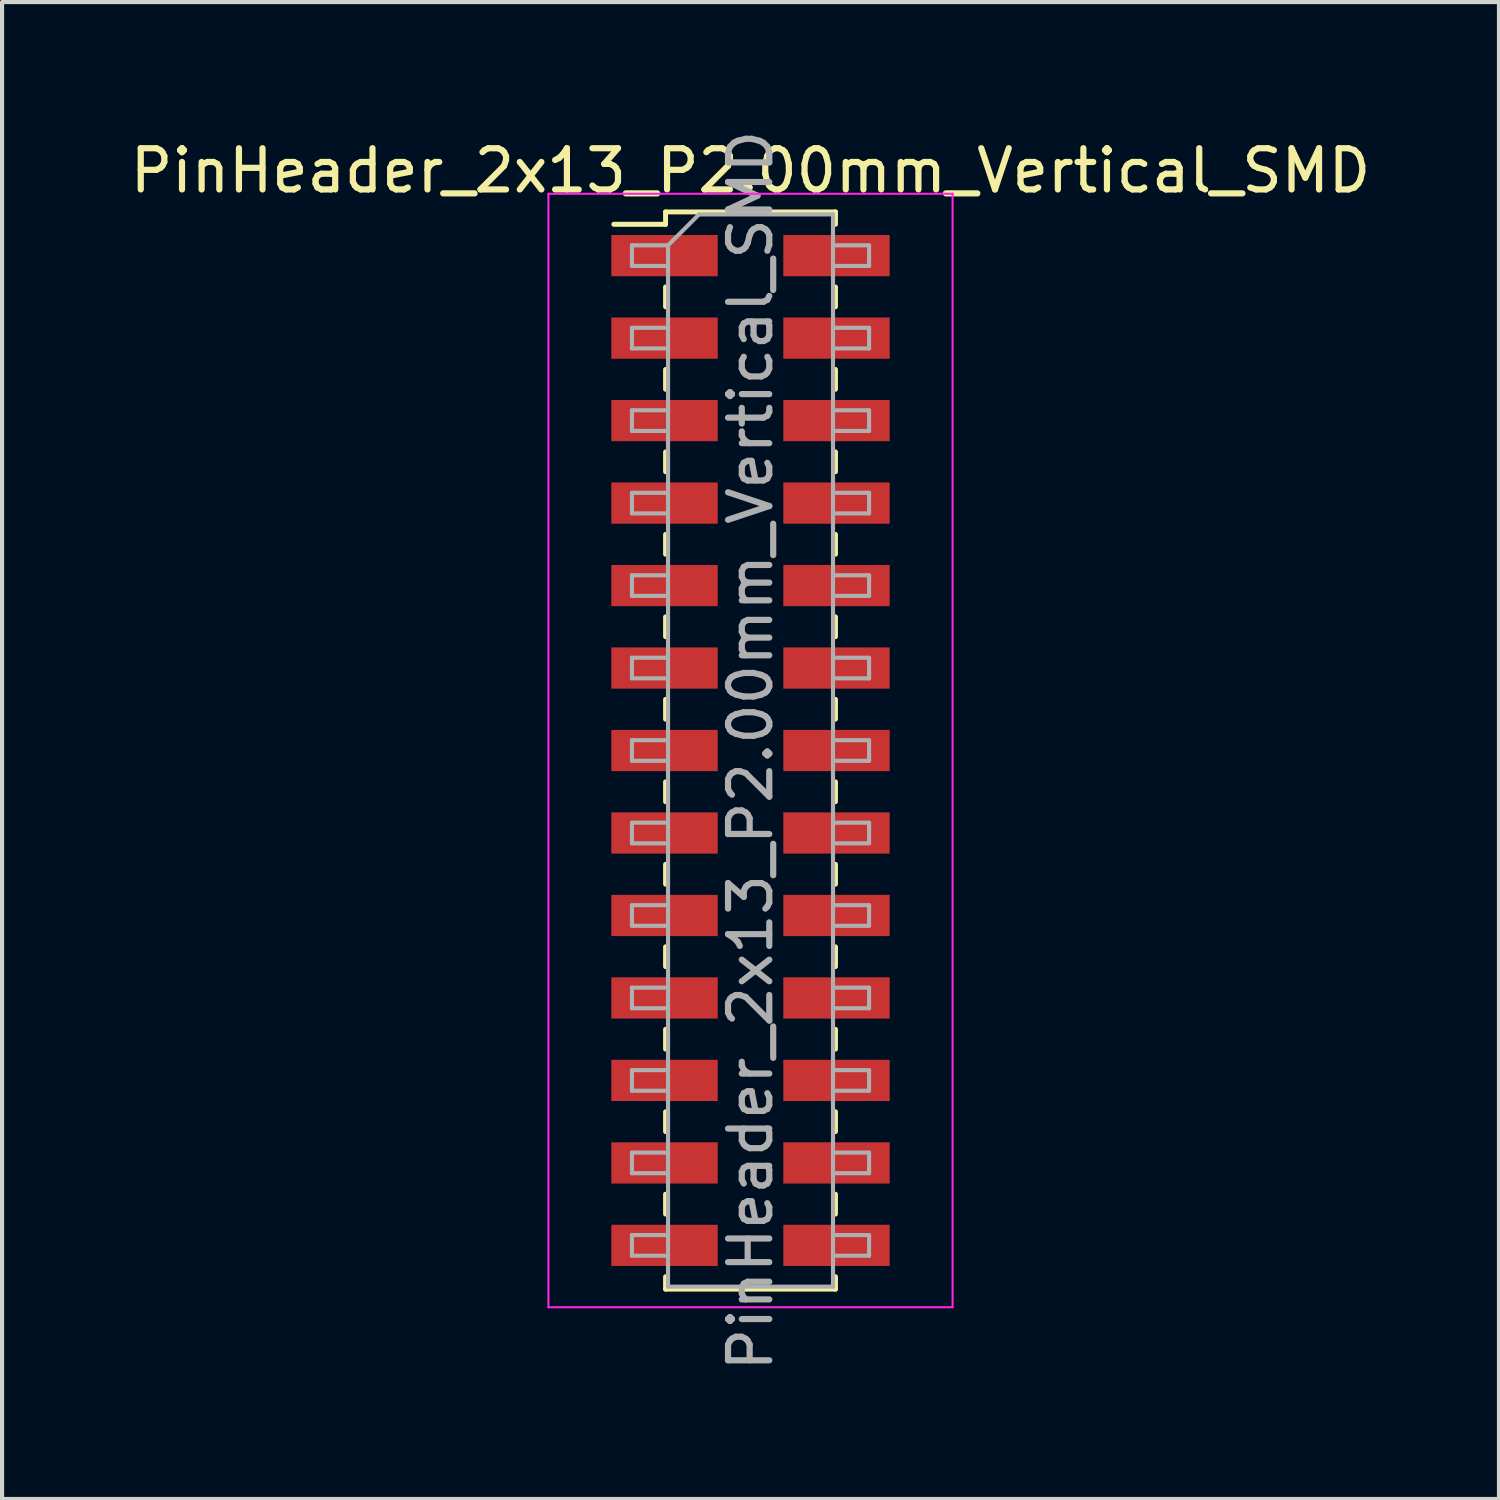
<source format=kicad_pcb>
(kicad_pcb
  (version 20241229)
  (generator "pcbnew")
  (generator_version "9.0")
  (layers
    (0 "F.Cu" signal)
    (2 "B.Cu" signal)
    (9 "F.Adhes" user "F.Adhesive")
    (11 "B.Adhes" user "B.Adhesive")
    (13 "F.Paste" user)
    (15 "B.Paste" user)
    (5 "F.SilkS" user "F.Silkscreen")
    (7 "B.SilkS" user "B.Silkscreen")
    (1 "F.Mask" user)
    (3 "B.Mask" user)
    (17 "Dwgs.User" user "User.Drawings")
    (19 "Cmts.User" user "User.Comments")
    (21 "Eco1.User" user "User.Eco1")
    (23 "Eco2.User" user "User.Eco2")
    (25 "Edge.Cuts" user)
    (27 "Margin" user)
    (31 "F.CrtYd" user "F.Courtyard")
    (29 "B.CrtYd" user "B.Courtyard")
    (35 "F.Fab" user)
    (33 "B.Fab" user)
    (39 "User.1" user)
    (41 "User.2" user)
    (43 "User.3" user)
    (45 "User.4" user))
  (footprint "PinHeader_2x13_P2.00mm_Vertical_SMD"
    (layer "F.Cu")
    (at 15.149 15.149)
    (property "Reference" "PinHeader_2x13_P2.00mm_Vertical_SMD" (at 0 -14.06 0) (layer "F.SilkS") (effects (font (size 1 1) (thickness 0.15))))
    (attr smd)
    (fp_line (start -3.315 -12.76) (end -2.06 -12.76) (stroke (width 0.12) (type solid)) (layer "F.SilkS"))
    (fp_line (start -2.06 -13.06) (end -2.06 -12.76) (stroke (width 0.12) (type solid)) (layer "F.SilkS"))
    (fp_line (start -2.06 -13.06) (end 2.06 -13.06) (stroke (width 0.12) (type solid)) (layer "F.SilkS"))
    (fp_line (start -2.06 -11.24) (end -2.06 -10.76) (stroke (width 0.12) (type solid)) (layer "F.SilkS"))
    (fp_line (start -2.06 -9.24) (end -2.06 -8.76) (stroke (width 0.12) (type solid)) (layer "F.SilkS"))
    (fp_line (start -2.06 -7.24) (end -2.06 -6.76) (stroke (width 0.12) (type solid)) (layer "F.SilkS"))
    (fp_line (start -2.06 -5.24) (end -2.06 -4.76) (stroke (width 0.12) (type solid)) (layer "F.SilkS"))
    (fp_line (start -2.06 -3.24) (end -2.06 -2.76) (stroke (width 0.12) (type solid)) (layer "F.SilkS"))
    (fp_line (start -2.06 -1.24) (end -2.06 -0.76) (stroke (width 0.12) (type solid)) (layer "F.SilkS"))
    (fp_line (start -2.06 0.76) (end -2.06 1.24) (stroke (width 0.12) (type solid)) (layer "F.SilkS"))
    (fp_line (start -2.06 2.76) (end -2.06 3.24) (stroke (width 0.12) (type solid)) (layer "F.SilkS"))
    (fp_line (start -2.06 4.76) (end -2.06 5.24) (stroke (width 0.12) (type solid)) (layer "F.SilkS"))
    (fp_line (start -2.06 6.76) (end -2.06 7.24) (stroke (width 0.12) (type solid)) (layer "F.SilkS"))
    (fp_line (start -2.06 8.76) (end -2.06 9.24) (stroke (width 0.12) (type solid)) (layer "F.SilkS"))
    (fp_line (start -2.06 10.76) (end -2.06 11.24) (stroke (width 0.12) (type solid)) (layer "F.SilkS"))
    (fp_line (start -2.06 12.76) (end -2.06 13.06) (stroke (width 0.12) (type solid)) (layer "F.SilkS"))
    (fp_line (start -2.06 13.06) (end 2.06 13.06) (stroke (width 0.12) (type solid)) (layer "F.SilkS"))
    (fp_line (start 2.06 -13.06) (end 2.06 -12.76) (stroke (width 0.12) (type solid)) (layer "F.SilkS"))
    (fp_line (start 2.06 -11.24) (end 2.06 -10.76) (stroke (width 0.12) (type solid)) (layer "F.SilkS"))
    (fp_line (start 2.06 -9.24) (end 2.06 -8.76) (stroke (width 0.12) (type solid)) (layer "F.SilkS"))
    (fp_line (start 2.06 -7.24) (end 2.06 -6.76) (stroke (width 0.12) (type solid)) (layer "F.SilkS"))
    (fp_line (start 2.06 -5.24) (end 2.06 -4.76) (stroke (width 0.12) (type solid)) (layer "F.SilkS"))
    (fp_line (start 2.06 -3.24) (end 2.06 -2.76) (stroke (width 0.12) (type solid)) (layer "F.SilkS"))
    (fp_line (start 2.06 -1.24) (end 2.06 -0.76) (stroke (width 0.12) (type solid)) (layer "F.SilkS"))
    (fp_line (start 2.06 0.76) (end 2.06 1.24) (stroke (width 0.12) (type solid)) (layer "F.SilkS"))
    (fp_line (start 2.06 2.76) (end 2.06 3.24) (stroke (width 0.12) (type solid)) (layer "F.SilkS"))
    (fp_line (start 2.06 4.76) (end 2.06 5.24) (stroke (width 0.12) (type solid)) (layer "F.SilkS"))
    (fp_line (start 2.06 6.76) (end 2.06 7.24) (stroke (width 0.12) (type solid)) (layer "F.SilkS"))
    (fp_line (start 2.06 8.76) (end 2.06 9.24) (stroke (width 0.12) (type solid)) (layer "F.SilkS"))
    (fp_line (start 2.06 10.76) (end 2.06 11.24) (stroke (width 0.12) (type solid)) (layer "F.SilkS"))
    (fp_line (start 2.06 12.76) (end 2.06 13.06) (stroke (width 0.12) (type solid)) (layer "F.SilkS"))
    (fp_line (start -4.9 -13.5) (end -4.9 13.5) (stroke (width 0.05) (type solid)) (layer "F.CrtYd"))
    (fp_line (start -4.9 13.5) (end 4.9 13.5) (stroke (width 0.05) (type solid)) (layer "F.CrtYd"))
    (fp_line (start 4.9 -13.5) (end -4.9 -13.5) (stroke (width 0.05) (type solid)) (layer "F.CrtYd"))
    (fp_line (start 4.9 13.5) (end 4.9 -13.5) (stroke (width 0.05) (type solid)) (layer "F.CrtYd"))
    (fp_line (start -2.875 -12.25) (end -2.875 -11.75) (stroke (width 0.1) (type solid)) (layer "F.Fab"))
    (fp_line (start -2.875 -11.75) (end -2 -11.75) (stroke (width 0.1) (type solid)) (layer "F.Fab"))
    (fp_line (start -2.875 -10.25) (end -2.875 -9.75) (stroke (width 0.1) (type solid)) (layer "F.Fab"))
    (fp_line (start -2.875 -9.75) (end -2 -9.75) (stroke (width 0.1) (type solid)) (layer "F.Fab"))
    (fp_line (start -2.875 -8.25) (end -2.875 -7.75) (stroke (width 0.1) (type solid)) (layer "F.Fab"))
    (fp_line (start -2.875 -7.75) (end -2 -7.75) (stroke (width 0.1) (type solid)) (layer "F.Fab"))
    (fp_line (start -2.875 -6.25) (end -2.875 -5.75) (stroke (width 0.1) (type solid)) (layer "F.Fab"))
    (fp_line (start -2.875 -5.75) (end -2 -5.75) (stroke (width 0.1) (type solid)) (layer "F.Fab"))
    (fp_line (start -2.875 -4.25) (end -2.875 -3.75) (stroke (width 0.1) (type solid)) (layer "F.Fab"))
    (fp_line (start -2.875 -3.75) (end -2 -3.75) (stroke (width 0.1) (type solid)) (layer "F.Fab"))
    (fp_line (start -2.875 -2.25) (end -2.875 -1.75) (stroke (width 0.1) (type solid)) (layer "F.Fab"))
    (fp_line (start -2.875 -1.75) (end -2 -1.75) (stroke (width 0.1) (type solid)) (layer "F.Fab"))
    (fp_line (start -2.875 -0.25) (end -2.875 0.25) (stroke (width 0.1) (type solid)) (layer "F.Fab"))
    (fp_line (start -2.875 0.25) (end -2 0.25) (stroke (width 0.1) (type solid)) (layer "F.Fab"))
    (fp_line (start -2.875 1.75) (end -2.875 2.25) (stroke (width 0.1) (type solid)) (layer "F.Fab"))
    (fp_line (start -2.875 2.25) (end -2 2.25) (stroke (width 0.1) (type solid)) (layer "F.Fab"))
    (fp_line (start -2.875 3.75) (end -2.875 4.25) (stroke (width 0.1) (type solid)) (layer "F.Fab"))
    (fp_line (start -2.875 4.25) (end -2 4.25) (stroke (width 0.1) (type solid)) (layer "F.Fab"))
    (fp_line (start -2.875 5.75) (end -2.875 6.25) (stroke (width 0.1) (type solid)) (layer "F.Fab"))
    (fp_line (start -2.875 6.25) (end -2 6.25) (stroke (width 0.1) (type solid)) (layer "F.Fab"))
    (fp_line (start -2.875 7.75) (end -2.875 8.25) (stroke (width 0.1) (type solid)) (layer "F.Fab"))
    (fp_line (start -2.875 8.25) (end -2 8.25) (stroke (width 0.1) (type solid)) (layer "F.Fab"))
    (fp_line (start -2.875 9.75) (end -2.875 10.25) (stroke (width 0.1) (type solid)) (layer "F.Fab"))
    (fp_line (start -2.875 10.25) (end -2 10.25) (stroke (width 0.1) (type solid)) (layer "F.Fab"))
    (fp_line (start -2.875 11.75) (end -2.875 12.25) (stroke (width 0.1) (type solid)) (layer "F.Fab"))
    (fp_line (start -2.875 12.25) (end -2 12.25) (stroke (width 0.1) (type solid)) (layer "F.Fab"))
    (fp_line (start -2 -12.25) (end -2.875 -12.25) (stroke (width 0.1) (type solid)) (layer "F.Fab"))
    (fp_line (start -2 -12.25) (end -1.25 -13) (stroke (width 0.1) (type solid)) (layer "F.Fab"))
    (fp_line (start -2 -10.25) (end -2.875 -10.25) (stroke (width 0.1) (type solid)) (layer "F.Fab"))
    (fp_line (start -2 -8.25) (end -2.875 -8.25) (stroke (width 0.1) (type solid)) (layer "F.Fab"))
    (fp_line (start -2 -6.25) (end -2.875 -6.25) (stroke (width 0.1) (type solid)) (layer "F.Fab"))
    (fp_line (start -2 -4.25) (end -2.875 -4.25) (stroke (width 0.1) (type solid)) (layer "F.Fab"))
    (fp_line (start -2 -2.25) (end -2.875 -2.25) (stroke (width 0.1) (type solid)) (layer "F.Fab"))
    (fp_line (start -2 -0.25) (end -2.875 -0.25) (stroke (width 0.1) (type solid)) (layer "F.Fab"))
    (fp_line (start -2 1.75) (end -2.875 1.75) (stroke (width 0.1) (type solid)) (layer "F.Fab"))
    (fp_line (start -2 3.75) (end -2.875 3.75) (stroke (width 0.1) (type solid)) (layer "F.Fab"))
    (fp_line (start -2 5.75) (end -2.875 5.75) (stroke (width 0.1) (type solid)) (layer "F.Fab"))
    (fp_line (start -2 7.75) (end -2.875 7.75) (stroke (width 0.1) (type solid)) (layer "F.Fab"))
    (fp_line (start -2 9.75) (end -2.875 9.75) (stroke (width 0.1) (type solid)) (layer "F.Fab"))
    (fp_line (start -2 11.75) (end -2.875 11.75) (stroke (width 0.1) (type solid)) (layer "F.Fab"))
    (fp_line (start -2 13) (end -2 -12.25) (stroke (width 0.1) (type solid)) (layer "F.Fab"))
    (fp_line (start -1.25 -13) (end 2 -13) (stroke (width 0.1) (type solid)) (layer "F.Fab"))
    (fp_line (start 2 -13) (end 2 13) (stroke (width 0.1) (type solid)) (layer "F.Fab"))
    (fp_line (start 2 -12.25) (end 2.875 -12.25) (stroke (width 0.1) (type solid)) (layer "F.Fab"))
    (fp_line (start 2 -10.25) (end 2.875 -10.25) (stroke (width 0.1) (type solid)) (layer "F.Fab"))
    (fp_line (start 2 -8.25) (end 2.875 -8.25) (stroke (width 0.1) (type solid)) (layer "F.Fab"))
    (fp_line (start 2 -6.25) (end 2.875 -6.25) (stroke (width 0.1) (type solid)) (layer "F.Fab"))
    (fp_line (start 2 -4.25) (end 2.875 -4.25) (stroke (width 0.1) (type solid)) (layer "F.Fab"))
    (fp_line (start 2 -2.25) (end 2.875 -2.25) (stroke (width 0.1) (type solid)) (layer "F.Fab"))
    (fp_line (start 2 -0.25) (end 2.875 -0.25) (stroke (width 0.1) (type solid)) (layer "F.Fab"))
    (fp_line (start 2 1.75) (end 2.875 1.75) (stroke (width 0.1) (type solid)) (layer "F.Fab"))
    (fp_line (start 2 3.75) (end 2.875 3.75) (stroke (width 0.1) (type solid)) (layer "F.Fab"))
    (fp_line (start 2 5.75) (end 2.875 5.75) (stroke (width 0.1) (type solid)) (layer "F.Fab"))
    (fp_line (start 2 7.75) (end 2.875 7.75) (stroke (width 0.1) (type solid)) (layer "F.Fab"))
    (fp_line (start 2 9.75) (end 2.875 9.75) (stroke (width 0.1) (type solid)) (layer "F.Fab"))
    (fp_line (start 2 11.75) (end 2.875 11.75) (stroke (width 0.1) (type solid)) (layer "F.Fab"))
    (fp_line (start 2 13) (end -2 13) (stroke (width 0.1) (type solid)) (layer "F.Fab"))
    (fp_line (start 2.875 -12.25) (end 2.875 -11.75) (stroke (width 0.1) (type solid)) (layer "F.Fab"))
    (fp_line (start 2.875 -11.75) (end 2 -11.75) (stroke (width 0.1) (type solid)) (layer "F.Fab"))
    (fp_line (start 2.875 -10.25) (end 2.875 -9.75) (stroke (width 0.1) (type solid)) (layer "F.Fab"))
    (fp_line (start 2.875 -9.75) (end 2 -9.75) (stroke (width 0.1) (type solid)) (layer "F.Fab"))
    (fp_line (start 2.875 -8.25) (end 2.875 -7.75) (stroke (width 0.1) (type solid)) (layer "F.Fab"))
    (fp_line (start 2.875 -7.75) (end 2 -7.75) (stroke (width 0.1) (type solid)) (layer "F.Fab"))
    (fp_line (start 2.875 -6.25) (end 2.875 -5.75) (stroke (width 0.1) (type solid)) (layer "F.Fab"))
    (fp_line (start 2.875 -5.75) (end 2 -5.75) (stroke (width 0.1) (type solid)) (layer "F.Fab"))
    (fp_line (start 2.875 -4.25) (end 2.875 -3.75) (stroke (width 0.1) (type solid)) (layer "F.Fab"))
    (fp_line (start 2.875 -3.75) (end 2 -3.75) (stroke (width 0.1) (type solid)) (layer "F.Fab"))
    (fp_line (start 2.875 -2.25) (end 2.875 -1.75) (stroke (width 0.1) (type solid)) (layer "F.Fab"))
    (fp_line (start 2.875 -1.75) (end 2 -1.75) (stroke (width 0.1) (type solid)) (layer "F.Fab"))
    (fp_line (start 2.875 -0.25) (end 2.875 0.25) (stroke (width 0.1) (type solid)) (layer "F.Fab"))
    (fp_line (start 2.875 0.25) (end 2 0.25) (stroke (width 0.1) (type solid)) (layer "F.Fab"))
    (fp_line (start 2.875 1.75) (end 2.875 2.25) (stroke (width 0.1) (type solid)) (layer "F.Fab"))
    (fp_line (start 2.875 2.25) (end 2 2.25) (stroke (width 0.1) (type solid)) (layer "F.Fab"))
    (fp_line (start 2.875 3.75) (end 2.875 4.25) (stroke (width 0.1) (type solid)) (layer "F.Fab"))
    (fp_line (start 2.875 4.25) (end 2 4.25) (stroke (width 0.1) (type solid)) (layer "F.Fab"))
    (fp_line (start 2.875 5.75) (end 2.875 6.25) (stroke (width 0.1) (type solid)) (layer "F.Fab"))
    (fp_line (start 2.875 6.25) (end 2 6.25) (stroke (width 0.1) (type solid)) (layer "F.Fab"))
    (fp_line (start 2.875 7.75) (end 2.875 8.25) (stroke (width 0.1) (type solid)) (layer "F.Fab"))
    (fp_line (start 2.875 8.25) (end 2 8.25) (stroke (width 0.1) (type solid)) (layer "F.Fab"))
    (fp_line (start 2.875 9.75) (end 2.875 10.25) (stroke (width 0.1) (type solid)) (layer "F.Fab"))
    (fp_line (start 2.875 10.25) (end 2 10.25) (stroke (width 0.1) (type solid)) (layer "F.Fab"))
    (fp_line (start 2.875 11.75) (end 2.875 12.25) (stroke (width 0.1) (type solid)) (layer "F.Fab"))
    (fp_line (start 2.875 12.25) (end 2 12.25) (stroke (width 0.1) (type solid)) (layer "F.Fab"))
    (fp_text user "${REFERENCE}" (at 0 0 90) (layer "F.Fab") (effects (font (size 1 1) (thickness 0.15))))
    (pad "1" smd rect (at -2.085 -12) (size 2.58 1) (layers "F.Cu" "F.Mask" "F.Paste"))
    (pad "2" smd rect (at 2.085 -12) (size 2.58 1) (layers "F.Cu" "F.Mask" "F.Paste"))
    (pad "3" smd rect (at -2.085 -10) (size 2.58 1) (layers "F.Cu" "F.Mask" "F.Paste"))
    (pad "4" smd rect (at 2.085 -10) (size 2.58 1) (layers "F.Cu" "F.Mask" "F.Paste"))
    (pad "5" smd rect (at -2.085 -8) (size 2.58 1) (layers "F.Cu" "F.Mask" "F.Paste"))
    (pad "6" smd rect (at 2.085 -8) (size 2.58 1) (layers "F.Cu" "F.Mask" "F.Paste"))
    (pad "7" smd rect (at -2.085 -6) (size 2.58 1) (layers "F.Cu" "F.Mask" "F.Paste"))
    (pad "8" smd rect (at 2.085 -6) (size 2.58 1) (layers "F.Cu" "F.Mask" "F.Paste"))
    (pad "9" smd rect (at -2.085 -4) (size 2.58 1) (layers "F.Cu" "F.Mask" "F.Paste"))
    (pad "10" smd rect (at 2.085 -4) (size 2.58 1) (layers "F.Cu" "F.Mask" "F.Paste"))
    (pad "11" smd rect (at -2.085 -2) (size 2.58 1) (layers "F.Cu" "F.Mask" "F.Paste"))
    (pad "12" smd rect (at 2.085 -2) (size 2.58 1) (layers "F.Cu" "F.Mask" "F.Paste"))
    (pad "13" smd rect (at -2.085 0) (size 2.58 1) (layers "F.Cu" "F.Mask" "F.Paste"))
    (pad "14" smd rect (at 2.085 0) (size 2.58 1) (layers "F.Cu" "F.Mask" "F.Paste"))
    (pad "15" smd rect (at -2.085 2) (size 2.58 1) (layers "F.Cu" "F.Mask" "F.Paste"))
    (pad "16" smd rect (at 2.085 2) (size 2.58 1) (layers "F.Cu" "F.Mask" "F.Paste"))
    (pad "17" smd rect (at -2.085 4) (size 2.58 1) (layers "F.Cu" "F.Mask" "F.Paste"))
    (pad "18" smd rect (at 2.085 4) (size 2.58 1) (layers "F.Cu" "F.Mask" "F.Paste"))
    (pad "19" smd rect (at -2.085 6) (size 2.58 1) (layers "F.Cu" "F.Mask" "F.Paste"))
    (pad "20" smd rect (at 2.085 6) (size 2.58 1) (layers "F.Cu" "F.Mask" "F.Paste"))
    (pad "21" smd rect (at -2.085 8) (size 2.58 1) (layers "F.Cu" "F.Mask" "F.Paste"))
    (pad "22" smd rect (at 2.085 8) (size 2.58 1) (layers "F.Cu" "F.Mask" "F.Paste"))
    (pad "23" smd rect (at -2.085 10) (size 2.58 1) (layers "F.Cu" "F.Mask" "F.Paste"))
    (pad "24" smd rect (at 2.085 10) (size 2.58 1) (layers "F.Cu" "F.Mask" "F.Paste"))
    (pad "25" smd rect (at -2.085 12) (size 2.58 1) (layers "F.Cu" "F.Mask" "F.Paste"))
    (pad "26" smd rect (at 2.085 12) (size 2.58 1) (layers "F.Cu" "F.Mask" "F.Paste")))
  (gr_rect
    (start -3 -3)
    (end 33.298 33.298)
    (stroke (width 0.1) (type default))
    (fill no)
    (layer "Edge.Cuts")))
</source>
